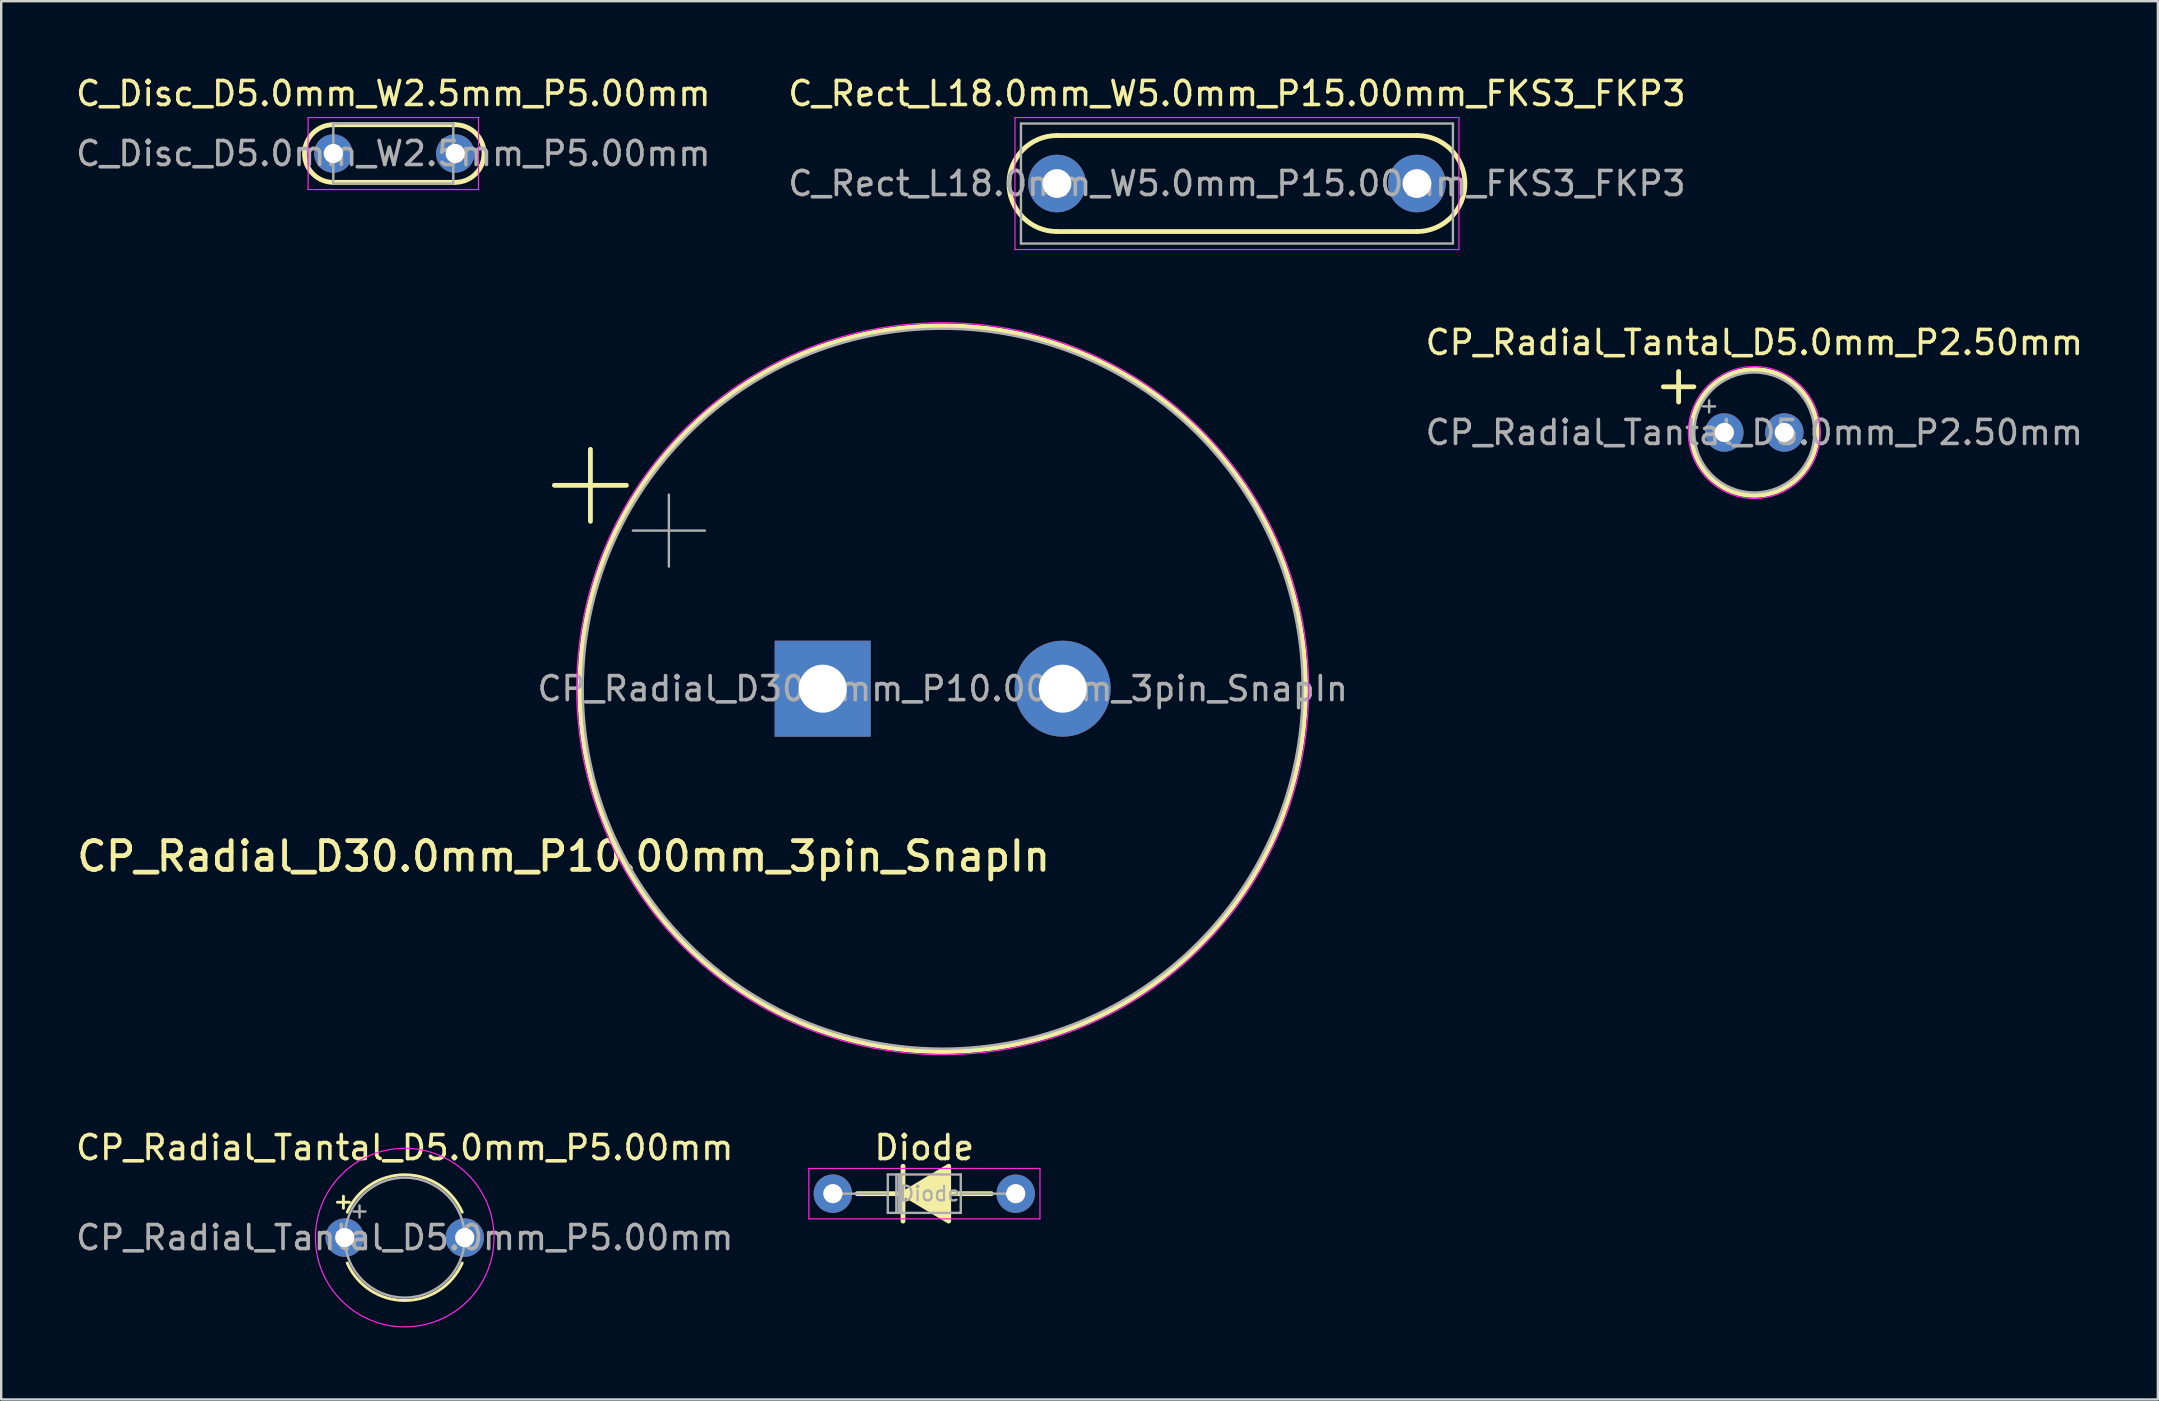
<source format=kicad_pcb>
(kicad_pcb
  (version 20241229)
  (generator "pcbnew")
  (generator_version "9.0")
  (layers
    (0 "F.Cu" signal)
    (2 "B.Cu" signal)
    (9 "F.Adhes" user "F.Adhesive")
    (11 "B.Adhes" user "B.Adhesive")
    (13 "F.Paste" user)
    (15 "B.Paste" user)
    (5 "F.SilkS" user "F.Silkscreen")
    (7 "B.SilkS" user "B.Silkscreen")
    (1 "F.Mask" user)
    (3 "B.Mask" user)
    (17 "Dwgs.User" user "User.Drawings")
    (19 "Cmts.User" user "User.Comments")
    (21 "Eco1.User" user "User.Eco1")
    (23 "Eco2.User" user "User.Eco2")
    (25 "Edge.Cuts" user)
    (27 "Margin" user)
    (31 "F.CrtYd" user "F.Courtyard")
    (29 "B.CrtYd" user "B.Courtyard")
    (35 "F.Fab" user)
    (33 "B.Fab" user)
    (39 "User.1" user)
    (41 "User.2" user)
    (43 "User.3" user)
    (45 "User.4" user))
  (footprint "CP_Radial_D30.0mm_P10.00mm_3pin_SnapIn"
    (layer "F.Cu")
    (at 31.232 25.648)
    (property "Reference" "CP_Radial_D30.0mm_P10.00mm_3pin_SnapIn" (at -10.795 6.985 0) (layer "F.SilkS") (effects (font (size 1.2 1.2) (thickness 0.2))))
    (attr through_hole)
    (fp_line (start -11.179 -8.475) (end -8.179 -8.475) (stroke (width 0.2) (type solid)) (layer "F.SilkS"))
    (fp_line (start -9.679 -9.975) (end -9.679 -6.975) (stroke (width 0.2) (type solid)) (layer "F.SilkS"))
    (fp_circle (center 5 0) (end 20.12 0) (stroke (width 0.2) (type solid)) (fill no) (layer "F.SilkS"))
    (fp_circle (center 5 0) (end 20.25 0) (stroke (width 0.05) (type solid)) (fill no) (layer "F.CrtYd"))
    (fp_line (start -7.91 -6.588) (end -4.91 -6.588) (stroke (width 0.1) (type solid)) (layer "F.Fab"))
    (fp_line (start -6.41 -8.088) (end -6.41 -5.088) (stroke (width 0.1) (type solid)) (layer "F.Fab"))
    (fp_circle (center 5 0) (end 20 0) (stroke (width 0.1) (type solid)) (fill no) (layer "F.Fab"))
    (fp_text user "${REFERENCE}" (at 5 0 0) (layer "F.Fab") (effects (font (size 1 1) (thickness 0.15))))
    (pad "1" thru_hole rect (at 0 0) (size 4 4) (drill 2) (layers "*.Cu" "*.Mask"))
    (pad "2" thru_hole circle (at 10 0) (size 4 4) (drill 2) (layers "*.Cu" "*.Mask")))
  (footprint "Diode"
    (layer "F.Cu")
    (at 31.656 46.691)
    (property "Reference" "Diode" (at 3.81 -1.92 0) (layer "F.SilkS") (effects (font (size 1 1) (thickness 0.15))))
    (attr through_hole)
    (fp_line (start 1.016 0) (end 6.604 0) (stroke (width 0.2) (type solid)) (layer "F.SilkS"))
    (fp_line (start 2.921 -1.143) (end 2.921 1.143) (stroke (width 0.2) (type solid)) (layer "F.SilkS"))
    (fp_poly (pts (xy 4.826 1.143) (xy 2.921 0) (xy 4.826 -1.143)) (stroke (width 0.2) (type solid)) (fill yes) (layer "F.SilkS"))
    (fp_line (start -1 -1.05) (end -1 1.05) (stroke (width 0.05) (type solid)) (layer "F.CrtYd"))
    (fp_line (start -1 1.05) (end 8.63 1.05) (stroke (width 0.05) (type solid)) (layer "F.CrtYd"))
    (fp_line (start 8.63 -1.05) (end -1 -1.05) (stroke (width 0.05) (type solid)) (layer "F.CrtYd"))
    (fp_line (start 8.63 1.05) (end 8.63 -1.05) (stroke (width 0.05) (type solid)) (layer "F.CrtYd"))
    (fp_line (start 0 0) (end 2.29 0) (stroke (width 0.1) (type solid)) (layer "F.Fab"))
    (fp_line (start 2.29 -0.8) (end 2.29 0.8) (stroke (width 0.1) (type solid)) (layer "F.Fab"))
    (fp_line (start 2.29 0.8) (end 5.33 0.8) (stroke (width 0.1) (type solid)) (layer "F.Fab"))
    (fp_line (start 2.646 -0.8) (end 2.646 0.8) (stroke (width 0.1) (type solid)) (layer "F.Fab"))
    (fp_line (start 2.746 -0.8) (end 2.746 0.8) (stroke (width 0.1) (type solid)) (layer "F.Fab"))
    (fp_line (start 2.846 -0.8) (end 2.846 0.8) (stroke (width 0.1) (type solid)) (layer "F.Fab"))
    (fp_line (start 5.33 -0.8) (end 2.29 -0.8) (stroke (width 0.1) (type solid)) (layer "F.Fab"))
    (fp_line (start 5.33 0.8) (end 5.33 -0.8) (stroke (width 0.1) (type solid)) (layer "F.Fab"))
    (fp_line (start 7.62 0) (end 5.33 0) (stroke (width 0.1) (type solid)) (layer "F.Fab"))
    (fp_text user "${REFERENCE}" (at 4.038 0 0) (layer "F.Fab") (effects (font (size 0.608 0.608) (thickness 0.091))))
    (pad "1" thru_hole circle (at 0 0) (size 1.6 1.6) (drill 0.8) (layers "*.Cu" "*.Mask"))
    (pad "2" thru_hole circle (at 7.62 0) (size 1.6 1.6) (drill 0.8) (layers "*.Cu" "*.Mask")))
  (footprint "C_Disc_D5.0mm_W2.5mm_P5.00mm"
    (layer "F.Cu")
    (at 10.839 3.348)
    (property "Reference" "C_Disc_D5.0mm_W2.5mm_P5.00mm" (at 2.5 -2.5 0) (layer "F.SilkS") (effects (font (size 1 1) (thickness 0.15))))
    (attr through_hole)
    (fp_line (start 5.08 -1.2) (end 0 -1.2) (stroke (width 0.2) (type solid)) (layer "F.SilkS"))
    (fp_line (start 5.08 1.2) (end 0 1.2) (stroke (width 0.2) (type solid)) (layer "F.SilkS"))
    (fp_arc (start 0 1.2) (mid -1.2 0) (end 0 -1.2) (stroke (width 0.2) (type solid)) (layer "F.SilkS"))
    (fp_arc (start 5.08 -1.2) (mid 6.28 0) (end 5.08 1.2) (stroke (width 0.2) (type solid)) (layer "F.SilkS"))
    (fp_line (start -1.05 -1.5) (end -1.05 1.5) (stroke (width 0.05) (type solid)) (layer "F.CrtYd"))
    (fp_line (start -1.05 1.5) (end 6.05 1.5) (stroke (width 0.05) (type solid)) (layer "F.CrtYd"))
    (fp_line (start 6.05 -1.5) (end -1.05 -1.5) (stroke (width 0.05) (type solid)) (layer "F.CrtYd"))
    (fp_line (start 6.05 1.5) (end 6.05 -1.5) (stroke (width 0.05) (type solid)) (layer "F.CrtYd"))
    (fp_line (start 0 -1.25) (end 0 1.25) (stroke (width 0.1) (type solid)) (layer "F.Fab"))
    (fp_line (start 0 1.25) (end 5 1.25) (stroke (width 0.1) (type solid)) (layer "F.Fab"))
    (fp_line (start 5 -1.25) (end 0 -1.25) (stroke (width 0.1) (type solid)) (layer "F.Fab"))
    (fp_line (start 5 1.25) (end 5 -1.25) (stroke (width 0.1) (type solid)) (layer "F.Fab"))
    (fp_text user "${REFERENCE}" (at 2.5 0 0) (layer "F.Fab") (effects (font (size 1 1) (thickness 0.15))))
    (pad "1" thru_hole circle (at 0 0) (size 1.6 1.6) (drill 0.8) (layers "*.Cu" "*.Mask"))
    (pad "2" thru_hole circle (at 5.08 0) (size 1.6 1.6) (drill 0.8) (layers "*.Cu" "*.Mask")))
  (footprint "CP_Radial_Tantal_D5.0mm_P2.50mm"
    (layer "F.Cu")
    (at 68.804 14.972)
    (property "Reference" "CP_Radial_Tantal_D5.0mm_P2.50mm" (at 1.25 -3.75 0) (layer "F.SilkS") (effects (font (size 1 1) (thickness 0.15))))
    (attr through_hole)
    (fp_line (start -2.54 -1.905) (end -1.27 -1.905) (stroke (width 0.2) (type solid)) (layer "F.SilkS"))
    (fp_line (start -1.905 -2.54) (end -1.905 -1.27) (stroke (width 0.2) (type solid)) (layer "F.SilkS"))
    (fp_circle (center 1.25 0) (end 3.87 0) (stroke (width 0.2) (type solid)) (fill no) (layer "F.SilkS"))
    (fp_circle (center 1.25 0) (end 4 0) (stroke (width 0.05) (type solid)) (fill no) (layer "F.CrtYd"))
    (fp_line (start -0.884 -1.087) (end -0.384 -1.087) (stroke (width 0.1) (type solid)) (layer "F.Fab"))
    (fp_line (start -0.634 -1.337) (end -0.634 -0.838) (stroke (width 0.1) (type solid)) (layer "F.Fab"))
    (fp_circle (center 1.25 0) (end 3.75 0) (stroke (width 0.1) (type solid)) (fill no) (layer "F.Fab"))
    (fp_text user "${REFERENCE}" (at 1.25 0 0) (layer "F.Fab") (effects (font (size 1 1) (thickness 0.15))))
    (pad "1" thru_hole circle (at 0 0) (size 1.6 1.6) (drill 0.8) (layers "*.Cu" "*.Mask"))
    (pad "2" thru_hole circle (at 2.5 0) (size 1.6 1.6) (drill 0.8) (layers "*.Cu" "*.Mask")))
  (footprint "CP_Radial_Tantal_D5.0mm_P5.00mm"
    (layer "F.Cu")
    (at 11.315 48.522)
    (property "Reference" "CP_Radial_Tantal_D5.0mm_P5.00mm" (at 2.5 -3.75 0) (layer "F.SilkS") (effects (font (size 1 1) (thickness 0.15))))
    (attr through_hole)
    (fp_line (start -0.305 -1.475) (end 0.195 -1.475) (stroke (width 0.12) (type solid)) (layer "F.SilkS"))
    (fp_line (start -0.055 -1.725) (end -0.055 -1.225) (stroke (width 0.12) (type solid)) (layer "F.SilkS"))
    (fp_arc (start 0.104003 -1.06) (mid 2.5 -2.62) (end 4.895997 -1.06) (stroke (width 0.12) (type solid)) (layer "F.SilkS"))
    (fp_arc (start 4.895997 1.06) (mid 2.5 2.62) (end 0.104003 1.06) (stroke (width 0.12) (type solid)) (layer "F.SilkS"))
    (fp_circle (center 2.5 0) (end 6.22 0) (stroke (width 0.05) (type solid)) (fill no) (layer "F.CrtYd"))
    (fp_line (start 0.366 -1.087) (end 0.866 -1.087) (stroke (width 0.1) (type solid)) (layer "F.Fab"))
    (fp_line (start 0.616 -1.337) (end 0.616 -0.838) (stroke (width 0.1) (type solid)) (layer "F.Fab"))
    (fp_circle (center 2.5 0) (end 5 0) (stroke (width 0.1) (type solid)) (fill no) (layer "F.Fab"))
    (fp_text user "${REFERENCE}" (at 2.5 0 0) (layer "F.Fab") (effects (font (size 1 1) (thickness 0.15))))
    (pad "1" thru_hole circle (at 0 0) (size 1.6 1.6) (drill 0.8) (layers "*.Cu" "*.Mask"))
    (pad "2" thru_hole circle (at 5 0) (size 1.6 1.6) (drill 0.8) (layers "*.Cu" "*.Mask")))
  (footprint "C_Rect_L18.0mm_W5.0mm_P15.00mm_FKS3_FKP3"
    (layer "F.Cu")
    (at 40.994 4.598)
    (property "Reference" "C_Rect_L18.0mm_W5.0mm_P15.00mm_FKS3_FKP3" (at 7.5 -3.75 0) (layer "F.SilkS") (effects (font (size 1 1) (thickness 0.15))))
    (attr through_hole)
    (fp_line (start 15 -2) (end 0 -2) (stroke (width 0.2) (type solid)) (layer "F.SilkS"))
    (fp_line (start 15 2) (end 0 2) (stroke (width 0.2) (type solid)) (layer "F.SilkS"))
    (fp_arc (start 0 2) (mid -2 0) (end 0 -2) (stroke (width 0.2) (type solid)) (layer "F.SilkS"))
    (fp_arc (start 15 -2) (mid 17 0) (end 15 2) (stroke (width 0.2) (type solid)) (layer "F.SilkS"))
    (fp_line (start -1.75 -2.75) (end -1.75 2.75) (stroke (width 0.05) (type solid)) (layer "F.CrtYd"))
    (fp_line (start -1.75 2.75) (end 16.75 2.75) (stroke (width 0.05) (type solid)) (layer "F.CrtYd"))
    (fp_line (start 16.75 -2.75) (end -1.75 -2.75) (stroke (width 0.05) (type solid)) (layer "F.CrtYd"))
    (fp_line (start 16.75 2.75) (end 16.75 -2.75) (stroke (width 0.05) (type solid)) (layer "F.CrtYd"))
    (fp_line (start -1.5 -2.5) (end -1.5 2.5) (stroke (width 0.1) (type solid)) (layer "F.Fab"))
    (fp_line (start -1.5 2.5) (end 16.5 2.5) (stroke (width 0.1) (type solid)) (layer "F.Fab"))
    (fp_line (start 16.5 -2.5) (end -1.5 -2.5) (stroke (width 0.1) (type solid)) (layer "F.Fab"))
    (fp_line (start 16.5 2.5) (end 16.5 -2.5) (stroke (width 0.1) (type solid)) (layer "F.Fab"))
    (fp_text user "${REFERENCE}" (at 7.5 0 0) (layer "F.Fab") (effects (font (size 1 1) (thickness 0.15))))
    (pad "1" thru_hole circle (at 0 0) (size 2.4 2.4) (drill 1.2) (layers "*.Cu" "*.Mask"))
    (pad "2" thru_hole circle (at 15 0) (size 2.4 2.4) (drill 1.2) (layers "*.Cu" "*.Mask")))
  (gr_rect
    (start -3 -3)
    (end 86.869 55.267)
    (stroke (width 0.1) (type default))
    (fill no)
    (layer "Edge.Cuts")))
</source>
